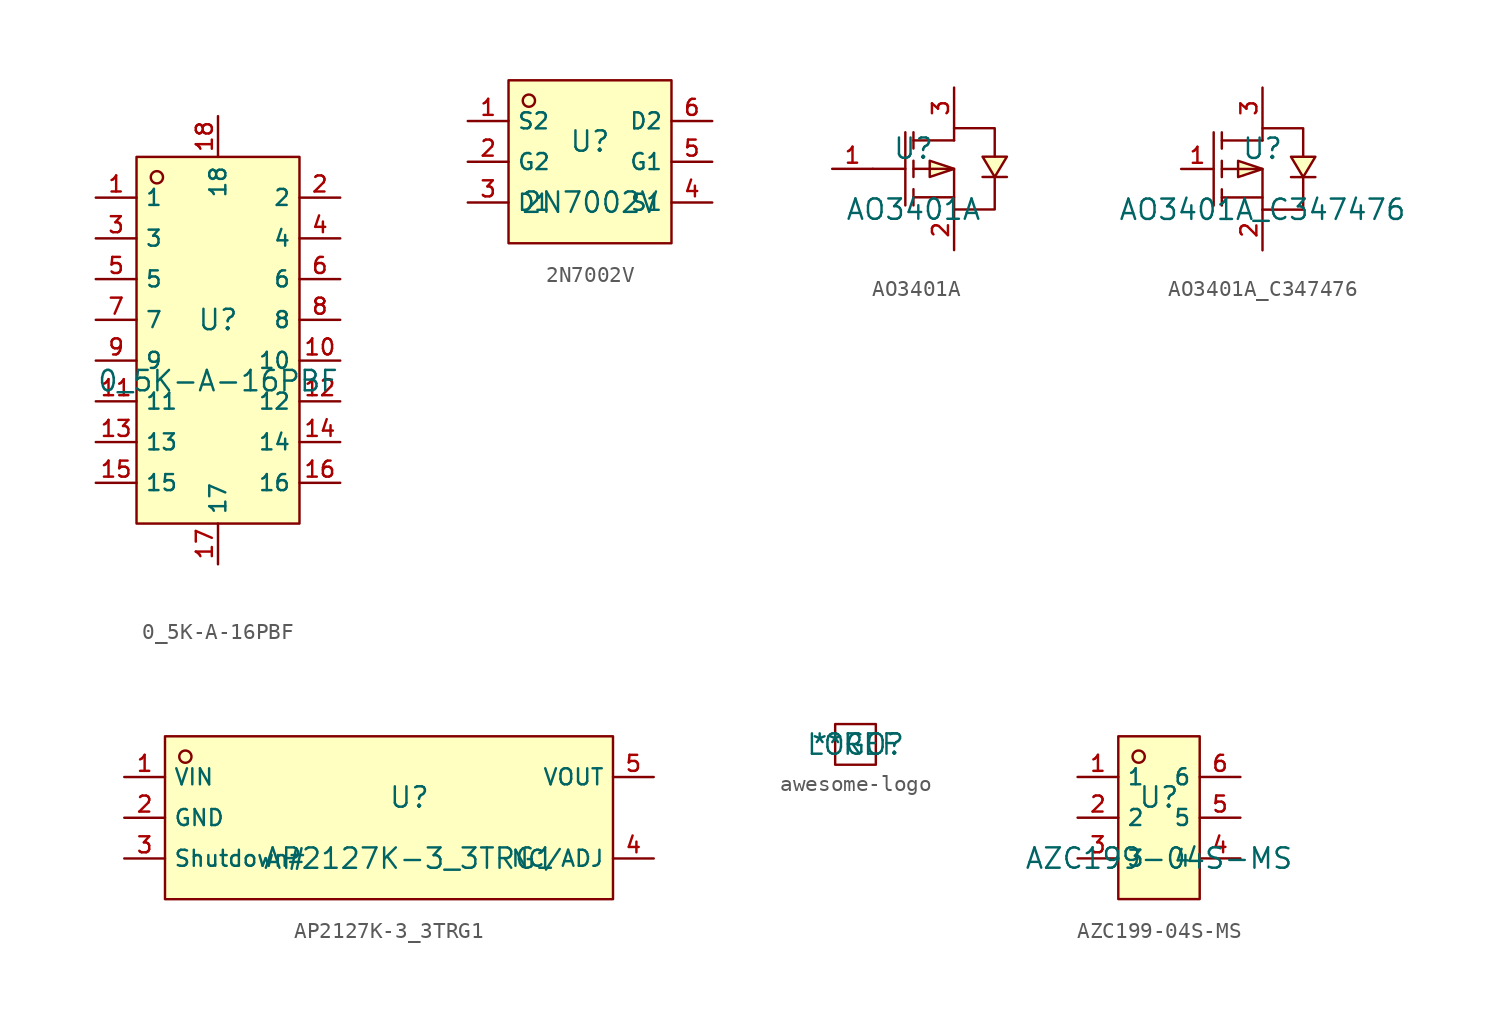
<source format=kicad_sym>
(kicad_symbol_lib
  (version 20220914)
  (generator kicad_symbol_editor)
  (symbol "0_5K-A-16PBF"
    (property "Reference" "U"
      (at 0 1.27 0)
      (effects (font (size 1.27 1.27))))
    (property "Value" "0_5K-A-16PBF"
      (at 0 -2.54 0)
      (effects (font (size 1.27 1.27))))
    (symbol "0_5K-A-16PBF_0_1"
      (rectangle (start -5.08 11.43) (end 5.08 -11.43) (stroke (width 0) (type default)) (fill (type background)))
      (circle (center -3.81 10.16) (radius 0.381) (stroke (width 0) (type default)) (fill (type background)))
      (pin unspecified line (at -7.62 8.89 0) (length 2.54) (name "1" (effects (font (size 1 1)))) (number "1" (effects (font (size 1 1)))))
      (pin unspecified line (at 7.62 -1.27 180) (length 2.54) (name "10" (effects (font (size 1 1)))) (number "10" (effects (font (size 1 1)))))
      (pin unspecified line (at -7.62 -3.81 0) (length 2.54) (name "11" (effects (font (size 1 1)))) (number "11" (effects (font (size 1 1)))))
      (pin unspecified line (at 7.62 -3.81 180) (length 2.54) (name "12" (effects (font (size 1 1)))) (number "12" (effects (font (size 1 1)))))
      (pin unspecified line (at -7.62 -6.35 0) (length 2.54) (name "13" (effects (font (size 1 1)))) (number "13" (effects (font (size 1 1)))))
      (pin unspecified line (at 7.62 -6.35 180) (length 2.54) (name "14" (effects (font (size 1 1)))) (number "14" (effects (font (size 1 1)))))
      (pin unspecified line (at -7.62 -8.89 0) (length 2.54) (name "15" (effects (font (size 1 1)))) (number "15" (effects (font (size 1 1)))))
      (pin unspecified line (at 7.62 -8.89 180) (length 2.54) (name "16" (effects (font (size 1 1)))) (number "16" (effects (font (size 1 1)))))
      (pin unspecified line (at 0 -13.97 90) (length 2.54) (name "17" (effects (font (size 1 1)))) (number "17" (effects (font (size 1 1)))))
      (pin unspecified line (at 0 13.97 270) (length 2.54) (name "18" (effects (font (size 1 1)))) (number "18" (effects (font (size 1 1)))))
      (pin unspecified line (at 7.62 8.89 180) (length 2.54) (name "2" (effects (font (size 1 1)))) (number "2" (effects (font (size 1 1)))))
      (pin unspecified line (at -7.62 6.35 0) (length 2.54) (name "3" (effects (font (size 1 1)))) (number "3" (effects (font (size 1 1)))))
      (pin unspecified line (at 7.62 6.35 180) (length 2.54) (name "4" (effects (font (size 1 1)))) (number "4" (effects (font (size 1 1)))))
      (pin unspecified line (at -7.62 3.81 0) (length 2.54) (name "5" (effects (font (size 1 1)))) (number "5" (effects (font (size 1 1)))))
      (pin unspecified line (at 7.62 3.81 180) (length 2.54) (name "6" (effects (font (size 1 1)))) (number "6" (effects (font (size 1 1)))))
      (pin unspecified line (at -7.62 1.27 0) (length 2.54) (name "7" (effects (font (size 1 1)))) (number "7" (effects (font (size 1 1)))))
      (pin unspecified line (at 7.62 1.27 180) (length 2.54) (name "8" (effects (font (size 1 1)))) (number "8" (effects (font (size 1 1)))))
      (pin unspecified line (at -7.62 -1.27 0) (length 2.54) (name "9" (effects (font (size 1 1)))) (number "9" (effects (font (size 1 1)))))))
  (symbol "2N7002V"
    (property "Reference" "U"
      (at 0 1.27 0)
      (effects (font (size 1.27 1.27))))
    (property "Value" "2N7002V"
      (at 0 -2.54 0)
      (effects (font (size 1.27 1.27))))
    (symbol "2N7002V_0_1"
      (rectangle (start -5.08 5.08) (end 5.08 -5.08) (stroke (width 0) (type default)) (fill (type background)))
      (circle (center -3.81 3.81) (radius 0.381) (stroke (width 0) (type default)) (fill (type background)))
      (pin unspecified line (at -7.62 2.54 0) (length 2.54) (name "S2" (effects (font (size 1 1)))) (number "1" (effects (font (size 1 1)))))
      (pin unspecified line (at -7.62 0 0) (length 2.54) (name "G2" (effects (font (size 1 1)))) (number "2" (effects (font (size 1 1)))))
      (pin unspecified line (at -7.62 -2.54 0) (length 2.54) (name "D1" (effects (font (size 1 1)))) (number "3" (effects (font (size 1 1)))))
      (pin unspecified line (at 7.62 -2.54 180) (length 2.54) (name "S1" (effects (font (size 1 1)))) (number "4" (effects (font (size 1 1)))))
      (pin unspecified line (at 7.62 0 180) (length 2.54) (name "G1" (effects (font (size 1 1)))) (number "5" (effects (font (size 1 1)))))
      (pin unspecified line (at 7.62 2.54 180) (length 2.54) (name "D2" (effects (font (size 1 1)))) (number "6" (effects (font (size 1 1)))))))
  (symbol "AO3401A"
    (pin_names hide)
    (property "Reference" "U"
      (at 0 1.27 0)
      (effects (font (size 1.27 1.27))))
    (property "Value" "AO3401A"
      (at 0 -2.54 0)
      (effects (font (size 1.27 1.27))))
    (symbol "AO3401A_0_1"
      (polyline (pts (xy -2.54 0) (xy -0.508 0)) (stroke (width 0) (type default)) (fill (type none)))
      (polyline (pts (xy -0.508 2.286) (xy -0.508 -2.286)) (stroke (width 0) (type default)) (fill (type none)))
      (polyline (pts (xy 0 -2.286) (xy 0 -1.27)) (stroke (width 0) (type default)) (fill (type none)))
      (polyline (pts (xy 0 -0.508) (xy 0 0.508)) (stroke (width 0) (type default)) (fill (type none)))
      (polyline (pts (xy 0 1.27) (xy 0 2.286)) (stroke (width 0) (type default)) (fill (type none)))
      (polyline (pts (xy 2.54 -1.778) (xy 0 -1.778)) (stroke (width 0) (type default)) (fill (type none)))
      (polyline (pts (xy 2.54 1.778) (xy 0 1.778)) (stroke (width 0) (type default)) (fill (type none)))
      (polyline (pts (xy 0 0) (xy 2.54 0) (xy 2.54 -2.54)) (stroke (width 0) (type default)) (fill (type none)))
      (polyline (pts (xy 2.54 -2.54) (xy 5.08 -2.54) (xy 5.08 -0.508)) (stroke (width 0) (type default)) (fill (type none)))
      (polyline (pts (xy 2.54 0) (xy 1.016 0.508) (xy 1.016 -0.508) (xy 2.54 0)) (stroke (width 0) (type default)) (fill (type background)))
      (polyline (pts (xy 2.54 1.778) (xy 2.54 2.54) (xy 5.08 2.54) (xy 5.08 0.762)) (stroke (width 0) (type default)) (fill (type none)))
      (polyline (pts (xy 5.08 -0.508) (xy 5.842 0.762) (xy 4.318 0.762) (xy 5.08 -0.508)) (stroke (width 0) (type default)) (fill (type background)))
      (polyline (pts (xy 5.842 -0.508) (xy 5.588 -0.508) (xy 4.572 -0.508) (xy 4.318 -0.508)) (stroke (width 0) (type default)) (fill (type none)))
      (pin unspecified line (at -5.08 0 0) (length 2.54) (name "G" (effects (font (size 1 1)))) (number "1" (effects (font (size 1 1)))))
      (pin unspecified line (at 2.54 -5.08 90) (length 2.54) (name "S" (effects (font (size 1 1)))) (number "2" (effects (font (size 1 1)))))
      (pin unspecified line (at 2.54 5.08 270) (length 2.54) (name "D" (effects (font (size 1 1)))) (number "3" (effects (font (size 1 1)))))))
  (symbol "AO3401A_C347476"
    (pin_names hide)
    (property "Reference" "U"
      (at 0 1.27 0)
      (effects (font (size 1.27 1.27))))
    (property "Value" "AO3401A_C347476"
      (at 0 -2.54 0)
      (effects (font (size 1.27 1.27))))
    (symbol "AO3401A_C347476_0_1"
      (polyline (pts (xy -3.048 2.286) (xy -3.048 -2.286)) (stroke (width 0) (type default)) (fill (type none)))
      (polyline (pts (xy -2.54 -2.286) (xy -2.54 -1.27)) (stroke (width 0) (type default)) (fill (type none)))
      (polyline (pts (xy -2.54 -0.508) (xy -2.54 0.508)) (stroke (width 0) (type default)) (fill (type none)))
      (polyline (pts (xy -2.54 1.27) (xy -2.54 2.286)) (stroke (width 0) (type default)) (fill (type none)))
      (polyline (pts (xy 0 -1.778) (xy -2.54 -1.778)) (stroke (width 0) (type default)) (fill (type none)))
      (polyline (pts (xy 0 1.778) (xy -2.54 1.778)) (stroke (width 0) (type default)) (fill (type none)))
      (polyline (pts (xy -2.54 0) (xy 0 0) (xy 0 -2.54)) (stroke (width 0) (type default)) (fill (type none)))
      (polyline (pts (xy 0 -2.54) (xy 2.54 -2.54) (xy 2.54 -0.508)) (stroke (width 0) (type default)) (fill (type none)))
      (polyline (pts (xy 0 0) (xy -1.524 0.508) (xy -1.524 -0.508) (xy 0 0)) (stroke (width 0) (type default)) (fill (type background)))
      (polyline (pts (xy 0 1.778) (xy 0 2.54) (xy 2.54 2.54) (xy 2.54 0.762)) (stroke (width 0) (type default)) (fill (type none)))
      (polyline (pts (xy 2.54 -0.508) (xy 3.302 0.762) (xy 1.778 0.762) (xy 2.54 -0.508)) (stroke (width 0) (type default)) (fill (type background)))
      (polyline (pts (xy 3.302 -0.508) (xy 3.048 -0.508) (xy 2.032 -0.508) (xy 1.778 -0.508)) (stroke (width 0) (type default)) (fill (type none)))
      (pin unspecified line (at -5.08 0 0) (length 2.032) (name "G" (effects (font (size 1 1)))) (number "1" (effects (font (size 1 1)))))
      (pin unspecified line (at 0 -5.08 90) (length 2.54) (name "S" (effects (font (size 1 1)))) (number "2" (effects (font (size 1 1)))))
      (pin unspecified line (at 0 5.08 270) (length 2.54) (name "D" (effects (font (size 1 1)))) (number "3" (effects (font (size 1 1)))))))
  (symbol "AP2127K-3_3TRG1"
    (property "Reference" "U"
      (at 0 1.27 0)
      (effects (font (size 1.27 1.27))))
    (property "Value" "AP2127K-3_3TRG1"
      (at 0 -2.54 0)
      (effects (font (size 1.27 1.27))))
    (symbol "AP2127K-3_3TRG1_0_1"
      (rectangle (start -15.24 5.08) (end 12.7 -5.08) (stroke (width 0) (type default)) (fill (type background)))
      (circle (center -13.97 3.81) (radius 0.381) (stroke (width 0) (type default)) (fill (type background)))
      (pin unspecified line (at -17.78 2.54 0) (length 2.54) (name "VIN" (effects (font (size 1 1)))) (number "1" (effects (font (size 1 1)))))
      (pin unspecified line (at -17.78 0 0) (length 2.54) (name "GND" (effects (font (size 1 1)))) (number "2" (effects (font (size 1 1)))))
      (pin unspecified line (at -17.78 -2.54 0) (length 2.54) (name "Shutdown#" (effects (font (size 1 1)))) (number "3" (effects (font (size 1 1)))))
      (pin unspecified line (at 15.24 -2.54 180) (length 2.54) (name "NC/ADJ" (effects (font (size 1 1)))) (number "4" (effects (font (size 1 1)))))
      (pin unspecified line (at 15.24 2.54 180) (length 2.54) (name "VOUT" (effects (font (size 1 1)))) (number "5" (effects (font (size 1 1)))))))
  (symbol "awesome-logo"
    (property "Reference" "LOGO"
      (at 0 0 0)
      (effects (font (size 1.27 1.27))))
    (property "Value" "**REF"
      (at 0 0 0)
      (effects (font (size 1.27 1.27))))
    (symbol "awesome-logo_0_1"
      (rectangle (start -1.27 1.27) (end 1.27 -1.27) (stroke (width 0) (type default)) (fill (type none)))))
  (symbol "AZC199-04S-MS"
    (property "Reference" "U"
      (at 0 1.27 0)
      (effects (font (size 1.27 1.27))))
    (property "Value" "AZC199-04S-MS"
      (at 0 -2.54 0)
      (effects (font (size 1.27 1.27))))
    (symbol "AZC199-04S-MS_0_1"
      (rectangle (start -2.54 5.08) (end 2.54 -5.08) (stroke (width 0) (type default)) (fill (type background)))
      (circle (center -1.27 3.81) (radius 0.381) (stroke (width 0) (type default)) (fill (type background)))
      (pin unspecified line (at -5.08 2.54 0) (length 2.54) (name "1" (effects (font (size 1 1)))) (number "1" (effects (font (size 1 1)))))
      (pin unspecified line (at -5.08 0 0) (length 2.54) (name "2" (effects (font (size 1 1)))) (number "2" (effects (font (size 1 1)))))
      (pin unspecified line (at -5.08 -2.54 0) (length 2.54) (name "3" (effects (font (size 1 1)))) (number "3" (effects (font (size 1 1)))))
      (pin unspecified line (at 5.08 -2.54 180) (length 2.54) (name "4" (effects (font (size 1 1)))) (number "4" (effects (font (size 1 1)))))
      (pin unspecified line (at 5.08 0 180) (length 2.54) (name "5" (effects (font (size 1 1)))) (number "5" (effects (font (size 1 1)))))
      (pin unspecified line (at 5.08 2.54 180) (length 2.54) (name "6" (effects (font (size 1 1)))) (number "6" (effects (font (size 1 1))))))))
</source>
